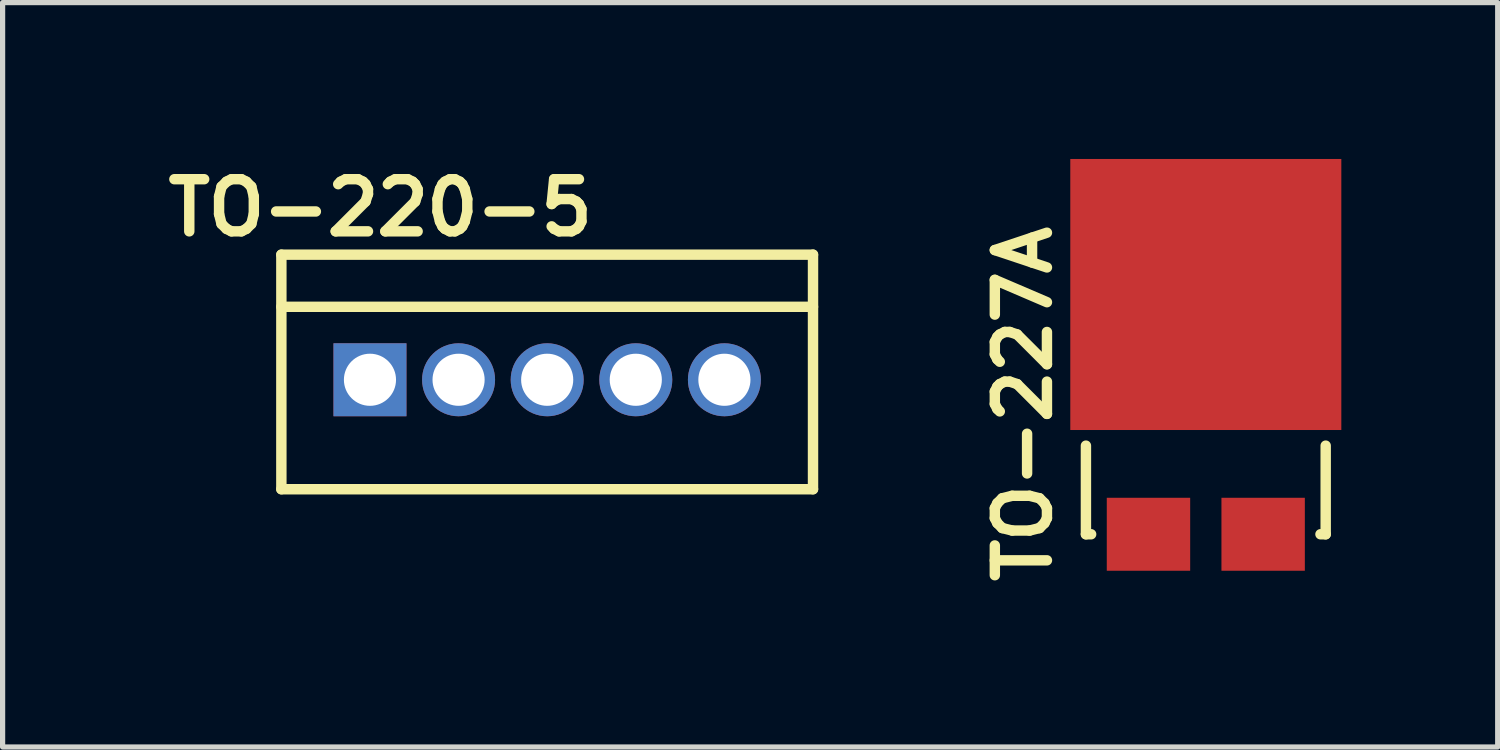
<source format=kicad_pcb>
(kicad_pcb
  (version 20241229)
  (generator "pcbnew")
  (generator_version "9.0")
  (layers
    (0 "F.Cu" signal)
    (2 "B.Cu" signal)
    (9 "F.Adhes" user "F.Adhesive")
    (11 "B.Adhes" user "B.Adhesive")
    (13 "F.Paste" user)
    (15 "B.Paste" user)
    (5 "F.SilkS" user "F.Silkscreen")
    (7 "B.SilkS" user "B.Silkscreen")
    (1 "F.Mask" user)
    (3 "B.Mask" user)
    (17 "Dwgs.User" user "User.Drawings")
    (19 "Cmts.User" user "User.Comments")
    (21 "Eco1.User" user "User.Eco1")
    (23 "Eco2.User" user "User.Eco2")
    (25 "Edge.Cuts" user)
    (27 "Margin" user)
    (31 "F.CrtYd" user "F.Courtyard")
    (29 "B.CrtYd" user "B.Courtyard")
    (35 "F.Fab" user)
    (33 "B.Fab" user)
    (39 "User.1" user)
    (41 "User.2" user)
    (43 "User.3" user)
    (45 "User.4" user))
  (footprint "TO-227A"
    (layer "F.Cu")
    (at 18.984 7.2)
    (property "Reference" "TO-227A" (at -2.4 -2.5 90) (layer "F.SilkS") (effects (font (size 1 1) (thickness 0.2))))
    (attr through_hole)
    (fp_line (start -1.2 0) (end -1.2 -1.7) (stroke (width 0.2) (type solid)) (layer "F.SilkS"))
    (fp_line (start -1.2 0) (end -1.1 0) (stroke (width 0.2) (type solid)) (layer "F.SilkS"))
    (fp_line (start 3.4 0) (end 3.3 0) (stroke (width 0.2) (type solid)) (layer "F.SilkS"))
    (fp_line (start 3.4 0) (end 3.4 -1.7) (stroke (width 0.2) (type solid)) (layer "F.SilkS"))
    (pad "1" smd rect (at 0 0) (size 1.6 1.4) (layers "F.Cu" "F.Mask" "F.Paste"))
    (pad "1" smd rect (at 2.2 0) (size 1.6 1.4) (layers "F.Cu" "F.Mask" "F.Paste"))
    (pad "2" smd rect (at 1.1 -4.6) (size 5.2 5.2) (layers "F.Cu" "F.Mask" "F.Paste")))
  (footprint "TO-220-5"
    (layer "F.Cu")
    (at 4.048 4.236)
    (property "Reference" "TO-220-5" (at 0.2 -3.3 180) (layer "F.SilkS") (effects (font (size 1 1) (thickness 0.2))))
    (attr through_hole)
    (fp_line (start -1.7 -2.4) (end 8.5 -2.4) (stroke (width 0.2) (type solid)) (layer "F.SilkS"))
    (fp_line (start -1.7 2.1) (end -1.7 -2.4) (stroke (width 0.2) (type solid)) (layer "F.SilkS"))
    (fp_line (start 8.5 -2.4) (end 8.5 2.1) (stroke (width 0.2) (type solid)) (layer "F.SilkS"))
    (fp_line (start 8.5 -1.4) (end -1.7 -1.4) (stroke (width 0.2) (type solid)) (layer "F.SilkS"))
    (fp_line (start 8.5 2.1) (end -1.7 2.1) (stroke (width 0.2) (type solid)) (layer "F.SilkS"))
    (pad "1" thru_hole rect (at 0 0) (size 1.4 1.4) (drill 1) (layers "*.Cu" "*.Mask"))
    (pad "2" thru_hole circle (at 1.7 0) (size 1.4 1.4) (drill 1) (layers "*.Cu" "*.Mask"))
    (pad "3" thru_hole circle (at 3.4 0) (size 1.4 1.4) (drill 1) (layers "*.Cu" "*.Mask"))
    (pad "4" thru_hole circle (at 5.1 0) (size 1.4 1.4) (drill 1) (layers "*.Cu" "*.Mask"))
    (pad "5" thru_hole circle (at 6.8 0) (size 1.4 1.4) (drill 1) (layers "*.Cu" "*.Mask")))
  (gr_rect
    (start -3 -3)
    (end 25.684 11.281)
    (stroke (width 0.1) (type default))
    (fill no)
    (layer "Edge.Cuts")))
</source>
